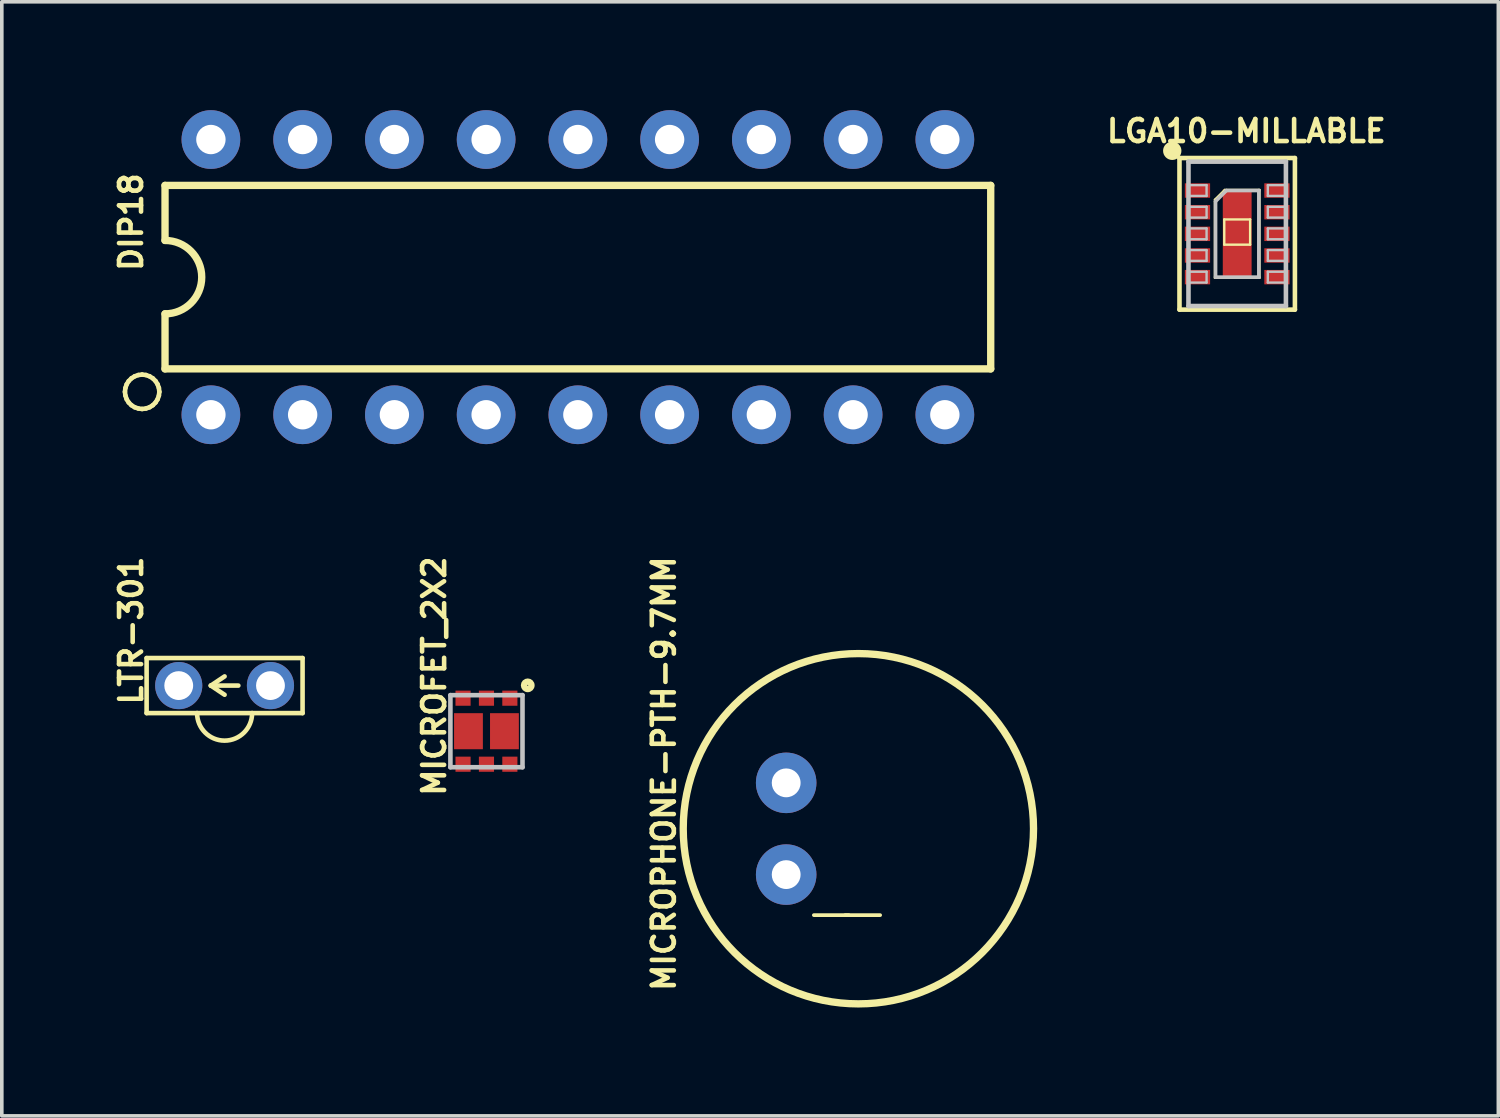
<source format=kicad_pcb>
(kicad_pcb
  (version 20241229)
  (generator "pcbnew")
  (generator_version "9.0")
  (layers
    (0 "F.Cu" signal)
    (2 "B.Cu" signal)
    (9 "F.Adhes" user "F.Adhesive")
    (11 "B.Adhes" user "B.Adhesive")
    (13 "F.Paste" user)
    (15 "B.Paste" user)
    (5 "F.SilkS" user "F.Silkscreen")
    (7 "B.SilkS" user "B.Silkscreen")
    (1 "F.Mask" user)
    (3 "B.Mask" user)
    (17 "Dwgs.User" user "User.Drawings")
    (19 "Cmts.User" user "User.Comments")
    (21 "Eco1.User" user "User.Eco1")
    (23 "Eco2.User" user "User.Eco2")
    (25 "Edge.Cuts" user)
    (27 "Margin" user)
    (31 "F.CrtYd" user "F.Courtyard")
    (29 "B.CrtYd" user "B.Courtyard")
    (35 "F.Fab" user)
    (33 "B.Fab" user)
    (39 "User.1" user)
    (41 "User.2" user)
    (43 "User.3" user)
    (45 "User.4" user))
  (footprint "LGA10-MILLABLE"
    (layer "F.Cu")
    (at 31.203 3.424)
    (property "Reference" "LGA10-MILLABLE" (at 0.254 -2.845 0) (layer "F.SilkS") (effects (font (size 0.61 0.61) (thickness 0.127))))
    (attr smd)
    (fp_line (start -1.598 -2.098) (end -1.598 2.098) (stroke (width 0.127) (type solid)) (layer "F.SilkS"))
    (fp_line (start -1.598 2.098) (end 1.598 2.098) (stroke (width 0.127) (type solid)) (layer "F.SilkS"))
    (fp_line (start -0.625 -0.95) (end -0.348 -1.224) (stroke (width 0.048) (type solid)) (layer "F.SilkS"))
    (fp_line (start -0.625 1.224) (end -0.625 -0.95) (stroke (width 0.048) (type solid)) (layer "F.SilkS"))
    (fp_line (start -0.358 -0.399) (end 0.358 -0.399) (stroke (width 0.066) (type solid)) (layer "F.SilkS"))
    (fp_line (start -0.358 0.3) (end -0.358 -0.399) (stroke (width 0.066) (type solid)) (layer "F.SilkS"))
    (fp_line (start -0.358 0.3) (end 0.358 0.3) (stroke (width 0.066) (type solid)) (layer "F.SilkS"))
    (fp_line (start -0.348 -1.224) (end 0.625 -1.224) (stroke (width 0.048) (type solid)) (layer "F.SilkS"))
    (fp_line (start 0.358 0.3) (end 0.358 -0.399) (stroke (width 0.066) (type solid)) (layer "F.SilkS"))
    (fp_line (start 0.625 -1.224) (end 0.625 1.224) (stroke (width 0.048) (type solid)) (layer "F.SilkS"))
    (fp_line (start 0.625 1.224) (end -0.625 1.224) (stroke (width 0.048) (type solid)) (layer "F.SilkS"))
    (fp_line (start 1.598 -2.098) (end -1.598 -2.098) (stroke (width 0.127) (type solid)) (layer "F.SilkS"))
    (fp_line (start 1.598 2.098) (end 1.598 -2.098) (stroke (width 0.127) (type solid)) (layer "F.SilkS"))
    (fp_circle (center -1.798 -2.299) (end -1.798 -2.553) (stroke (width 0) (type solid)) (fill yes) (layer "F.SilkS"))
    (fp_line (start -1.349 -1.999) (end -1.349 1.999) (stroke (width 0.127) (type solid)) (layer "Dwgs.User"))
    (fp_line (start -1.349 -1.349) (end -0.848 -1.349) (stroke (width 0.066) (type solid)) (layer "Dwgs.User"))
    (fp_line (start -1.349 -1.049) (end -1.349 -1.349) (stroke (width 0.066) (type solid)) (layer "Dwgs.User"))
    (fp_line (start -1.349 -1.049) (end -0.848 -1.049) (stroke (width 0.066) (type solid)) (layer "Dwgs.User"))
    (fp_line (start -1.349 -0.749) (end -0.848 -0.749) (stroke (width 0.066) (type solid)) (layer "Dwgs.User"))
    (fp_line (start -1.349 -0.45) (end -1.349 -0.749) (stroke (width 0.066) (type solid)) (layer "Dwgs.User"))
    (fp_line (start -1.349 -0.45) (end -0.848 -0.45) (stroke (width 0.066) (type solid)) (layer "Dwgs.User"))
    (fp_line (start -1.349 -0.15) (end -0.848 -0.15) (stroke (width 0.066) (type solid)) (layer "Dwgs.User"))
    (fp_line (start -1.349 0.15) (end -1.349 -0.15) (stroke (width 0.066) (type solid)) (layer "Dwgs.User"))
    (fp_line (start -1.349 0.15) (end -0.848 0.15) (stroke (width 0.066) (type solid)) (layer "Dwgs.User"))
    (fp_line (start -1.349 0.45) (end -0.848 0.45) (stroke (width 0.066) (type solid)) (layer "Dwgs.User"))
    (fp_line (start -1.349 0.749) (end -1.349 0.45) (stroke (width 0.066) (type solid)) (layer "Dwgs.User"))
    (fp_line (start -1.349 0.749) (end -0.848 0.749) (stroke (width 0.066) (type solid)) (layer "Dwgs.User"))
    (fp_line (start -1.349 1.049) (end -0.848 1.049) (stroke (width 0.066) (type solid)) (layer "Dwgs.User"))
    (fp_line (start -1.349 1.349) (end -1.349 1.049) (stroke (width 0.066) (type solid)) (layer "Dwgs.User"))
    (fp_line (start -1.349 1.349) (end -0.848 1.349) (stroke (width 0.066) (type solid)) (layer "Dwgs.User"))
    (fp_line (start -1.349 1.999) (end 1.349 1.999) (stroke (width 0.127) (type solid)) (layer "Dwgs.User"))
    (fp_line (start -0.848 -1.049) (end -0.848 -1.349) (stroke (width 0.066) (type solid)) (layer "Dwgs.User"))
    (fp_line (start -0.848 -0.45) (end -0.848 -0.749) (stroke (width 0.066) (type solid)) (layer "Dwgs.User"))
    (fp_line (start -0.848 0.15) (end -0.848 -0.15) (stroke (width 0.066) (type solid)) (layer "Dwgs.User"))
    (fp_line (start -0.848 0.749) (end -0.848 0.45) (stroke (width 0.066) (type solid)) (layer "Dwgs.User"))
    (fp_line (start -0.848 1.349) (end -0.848 1.049) (stroke (width 0.066) (type solid)) (layer "Dwgs.User"))
    (fp_line (start -0.599 -0.899) (end -0.3 -1.199) (stroke (width 0.1) (type solid)) (layer "Dwgs.User"))
    (fp_line (start -0.599 1.199) (end -0.599 -0.899) (stroke (width 0.1) (type solid)) (layer "Dwgs.User"))
    (fp_line (start -0.3 -1.199) (end 0.599 -1.199) (stroke (width 0.1) (type solid)) (layer "Dwgs.User"))
    (fp_line (start 0.599 -1.199) (end 0.599 1.199) (stroke (width 0.1) (type solid)) (layer "Dwgs.User"))
    (fp_line (start 0.599 1.199) (end -0.599 1.199) (stroke (width 0.1) (type solid)) (layer "Dwgs.User"))
    (fp_line (start 0.848 -1.349) (end 1.349 -1.349) (stroke (width 0.066) (type solid)) (layer "Dwgs.User"))
    (fp_line (start 0.848 -1.049) (end 0.848 -1.349) (stroke (width 0.066) (type solid)) (layer "Dwgs.User"))
    (fp_line (start 0.848 -1.049) (end 1.349 -1.049) (stroke (width 0.066) (type solid)) (layer "Dwgs.User"))
    (fp_line (start 0.848 -0.749) (end 1.349 -0.749) (stroke (width 0.066) (type solid)) (layer "Dwgs.User"))
    (fp_line (start 0.848 -0.45) (end 0.848 -0.749) (stroke (width 0.066) (type solid)) (layer "Dwgs.User"))
    (fp_line (start 0.848 -0.45) (end 1.349 -0.45) (stroke (width 0.066) (type solid)) (layer "Dwgs.User"))
    (fp_line (start 0.848 -0.15) (end 1.349 -0.15) (stroke (width 0.066) (type solid)) (layer "Dwgs.User"))
    (fp_line (start 0.848 0.15) (end 0.848 -0.15) (stroke (width 0.066) (type solid)) (layer "Dwgs.User"))
    (fp_line (start 0.848 0.15) (end 1.349 0.15) (stroke (width 0.066) (type solid)) (layer "Dwgs.User"))
    (fp_line (start 0.848 0.45) (end 1.349 0.45) (stroke (width 0.066) (type solid)) (layer "Dwgs.User"))
    (fp_line (start 0.848 0.749) (end 0.848 0.45) (stroke (width 0.066) (type solid)) (layer "Dwgs.User"))
    (fp_line (start 0.848 0.749) (end 1.349 0.749) (stroke (width 0.066) (type solid)) (layer "Dwgs.User"))
    (fp_line (start 0.848 1.049) (end 1.349 1.049) (stroke (width 0.066) (type solid)) (layer "Dwgs.User"))
    (fp_line (start 0.848 1.349) (end 0.848 1.049) (stroke (width 0.066) (type solid)) (layer "Dwgs.User"))
    (fp_line (start 0.848 1.349) (end 1.349 1.349) (stroke (width 0.066) (type solid)) (layer "Dwgs.User"))
    (fp_line (start 1.349 -1.999) (end -1.349 -1.999) (stroke (width 0.127) (type solid)) (layer "Dwgs.User"))
    (fp_line (start 1.349 -1.049) (end 1.349 -1.349) (stroke (width 0.066) (type solid)) (layer "Dwgs.User"))
    (fp_line (start 1.349 -0.45) (end 1.349 -0.749) (stroke (width 0.066) (type solid)) (layer "Dwgs.User"))
    (fp_line (start 1.349 0.15) (end 1.349 -0.15) (stroke (width 0.066) (type solid)) (layer "Dwgs.User"))
    (fp_line (start 1.349 0.749) (end 1.349 0.45) (stroke (width 0.066) (type solid)) (layer "Dwgs.User"))
    (fp_line (start 1.349 1.349) (end 1.349 1.049) (stroke (width 0.066) (type solid)) (layer "Dwgs.User"))
    (fp_line (start 1.349 1.999) (end 1.349 -1.999) (stroke (width 0.127) (type solid)) (layer "Dwgs.User"))
    (pad "1" smd rect (at -1.1 -1.199) (size 0.699 0.399) (layers "F.Cu" "F.Mask" "F.Paste"))
    (pad "2" smd rect (at -1.1 -0.599) (size 0.699 0.399) (layers "F.Cu" "F.Mask" "F.Paste"))
    (pad "3" smd rect (at -1.1 0) (size 0.699 0.399) (layers "F.Cu" "F.Mask" "F.Paste"))
    (pad "4" smd rect (at -1.1 0.599) (size 0.699 0.399) (layers "F.Cu" "F.Mask" "F.Paste"))
    (pad "5" smd rect (at -1.1 1.199) (size 0.699 0.399) (layers "F.Cu" "F.Mask" "F.Paste"))
    (pad "6" smd rect (at 1.1 1.199 180) (size 0.699 0.399) (layers "F.Cu" "F.Mask" "F.Paste"))
    (pad "7" smd rect (at 1.1 0.599 180) (size 0.699 0.399) (layers "F.Cu" "F.Mask" "F.Paste"))
    (pad "8" smd rect (at 1.1 0 180) (size 0.699 0.399) (layers "F.Cu" "F.Mask" "F.Paste"))
    (pad "9" smd rect (at 1.1 -0.599 180) (size 0.699 0.399) (layers "F.Cu" "F.Mask" "F.Paste"))
    (pad "10" smd rect (at 1.1 -1.199 180) (size 0.699 0.399) (layers "F.Cu" "F.Mask" "F.Paste"))
    (pad "EP" smd rect (at 0 0) (size 0.798 2.449) (layers "F.Cu" "F.Mask" "F.Paste")))
  (footprint "MICROFET_2X2"
    (layer "F.Cu")
    (at 10.418 17.194)
    (property "Reference" "MICROFET_2X2" (at -1.448 -1.524 90) (layer "F.SilkS") (effects (font (size 0.61 0.61) (thickness 0.127))))
    (attr smd)
    (fp_circle (center 1.143 -1.27) (end 1.143 -1.372) (stroke (width 0.178) (type solid)) (fill no) (layer "F.SilkS"))
    (fp_line (start -0.998 -0.998) (end 0.998 -0.998) (stroke (width 0.127) (type solid)) (layer "Dwgs.User"))
    (fp_line (start -0.998 0.998) (end -0.998 -0.998) (stroke (width 0.127) (type solid)) (layer "Dwgs.User"))
    (fp_line (start 0.998 -0.998) (end 0.998 0.998) (stroke (width 0.127) (type solid)) (layer "Dwgs.User"))
    (fp_line (start 0.998 0.998) (end -0.998 0.998) (stroke (width 0.127) (type solid)) (layer "Dwgs.User"))
    (pad "D1" smd rect (at 0.498 0) (size 0.798 0.998) (layers "F.Cu" "F.Mask" "F.Paste"))
    (pad "D1_2" smd rect (at 0.648 0.914) (size 0.419 0.419) (layers "F.Cu" "F.Mask" "F.Paste"))
    (pad "D2" smd rect (at -0.498 0) (size 0.798 0.998) (layers "F.Cu" "F.Mask" "F.Paste"))
    (pad "D2_2" smd rect (at -0.648 -0.914) (size 0.419 0.419) (layers "F.Cu" "F.Mask" "F.Paste"))
    (pad "G1" smd rect (at 0 -0.914) (size 0.419 0.419) (layers "F.Cu" "F.Mask" "F.Paste"))
    (pad "G2" smd rect (at 0 0.914) (size 0.419 0.419) (layers "F.Cu" "F.Mask" "F.Paste"))
    (pad "S1" smd rect (at 0.648 -0.914) (size 0.419 0.419) (layers "F.Cu" "F.Mask" "F.Paste"))
    (pad "S2" smd rect (at -0.648 0.914) (size 0.419 0.419) (layers "F.Cu" "F.Mask" "F.Paste")))
  (footprint "MICROPHONE-PTH-9.7MM"
    (layer "F.Cu")
    (at 20.715 19.894)
    (property "Reference" "MICROPHONE-PTH-9.7MM" (at -5.385 -1.524 90) (layer "F.SilkS") (effects (font (size 0.61 0.61) (thickness 0.127))))
    (attr exclude_from_pos_files exclude_from_bom)
    (fp_circle (center 0 0) (end 0 -4.849) (stroke (width 0.203) (type solid)) (fill no) (layer "F.SilkS"))
    (fp_text user "-" (at 0.119 2.294 0) (layer "F.SilkS") (effects (font (size 1.27 1.27) (thickness 0.102)) (justify mirror)))
    (fp_text user "-" (at -0.749 2.294 0) (layer "F.SilkS") (effects (font (size 1.27 1.27) (thickness 0.102))))
    (pad "GND" thru_hole circle (at -1.999 1.27) (size 1.676 1.676) (drill 0.798) (layers "*.Cu" "*.Paste" "*.Mask"))
    (pad "OUT" thru_hole circle (at -1.999 -1.27) (size 1.676 1.676) (drill 0.798) (layers "*.Cu" "*.Paste" "*.Mask")))
  (footprint "LTR-301"
    (layer "F.Cu")
    (at 3.168 15.931)
    (property "Reference" "LTR-301" (at -2.588 -1.524 90) (layer "F.SilkS") (effects (font (size 0.61 0.61) (thickness 0.127))))
    (attr exclude_from_pos_files exclude_from_bom)
    (fp_line (start -2.159 -0.762) (end 2.159 -0.762) (stroke (width 0.127) (type solid)) (layer "F.SilkS"))
    (fp_line (start -2.159 0.762) (end -2.159 -0.762) (stroke (width 0.127) (type solid)) (layer "F.SilkS"))
    (fp_line (start -0.762 0.762) (end -2.159 0.762) (stroke (width 0.127) (type solid)) (layer "F.SilkS"))
    (fp_line (start -0.381 0) (end 0.381 0) (stroke (width 0.127) (type solid)) (layer "F.SilkS"))
    (fp_line (start 0 -0.254) (end -0.381 0) (stroke (width 0.127) (type solid)) (layer "F.SilkS"))
    (fp_line (start 0 0.254) (end -0.381 0) (stroke (width 0.127) (type solid)) (layer "F.SilkS"))
    (fp_line (start 0.762 0.762) (end -0.762 0.762) (stroke (width 0.127) (type solid)) (layer "F.SilkS"))
    (fp_line (start 2.159 -0.762) (end 2.159 0.762) (stroke (width 0.127) (type solid)) (layer "F.SilkS"))
    (fp_line (start 2.159 0.762) (end 0.762 0.762) (stroke (width 0.127) (type solid)) (layer "F.SilkS"))
    (fp_arc (start 0.762 0.762) (mid 0 1.524) (end -0.762 0.762) (stroke (width 0.127) (type solid)) (layer "F.SilkS"))
    (pad "C" thru_hole circle (at 1.27 0) (size 1.306 1.306) (drill 0.798) (layers "*.Cu" "*.Paste" "*.Mask"))
    (pad "E" thru_hole circle (at -1.27 0) (size 1.306 1.306) (drill 0.798) (layers "*.Cu" "*.Paste" "*.Mask")))
  (footprint "DIP18"
    (layer "F.Cu")
    (at 12.949 4.623)
    (property "Reference" "DIP18" (at -12.37 -1.524 90) (layer "F.SilkS") (effects (font (size 0.61 0.61) (thickness 0.127))))
    (attr exclude_from_pos_files exclude_from_bom)
    (fp_line (start -12.54 3.175) (end -12.527 3.068) (stroke (width 0.127) (type solid)) (layer "F.SilkS"))
    (fp_line (start -12.527 3.068) (end -12.492 2.967) (stroke (width 0.127) (type solid)) (layer "F.SilkS"))
    (fp_line (start -12.527 3.279) (end -12.54 3.175) (stroke (width 0.127) (type solid)) (layer "F.SilkS"))
    (fp_line (start -12.492 2.967) (end -12.436 2.878) (stroke (width 0.127) (type solid)) (layer "F.SilkS"))
    (fp_line (start -12.492 3.381) (end -12.527 3.279) (stroke (width 0.127) (type solid)) (layer "F.SilkS"))
    (fp_line (start -12.436 2.878) (end -12.36 2.802) (stroke (width 0.127) (type solid)) (layer "F.SilkS"))
    (fp_line (start -12.436 3.47) (end -12.492 3.381) (stroke (width 0.127) (type solid)) (layer "F.SilkS"))
    (fp_line (start -12.36 2.802) (end -12.271 2.746) (stroke (width 0.127) (type solid)) (layer "F.SilkS"))
    (fp_line (start -12.36 3.546) (end -12.436 3.47) (stroke (width 0.127) (type solid)) (layer "F.SilkS"))
    (fp_line (start -12.271 2.746) (end -12.169 2.71) (stroke (width 0.127) (type solid)) (layer "F.SilkS"))
    (fp_line (start -12.271 3.602) (end -12.36 3.546) (stroke (width 0.127) (type solid)) (layer "F.SilkS"))
    (fp_line (start -12.169 2.71) (end -12.065 2.697) (stroke (width 0.127) (type solid)) (layer "F.SilkS"))
    (fp_line (start -12.169 3.637) (end -12.271 3.602) (stroke (width 0.127) (type solid)) (layer "F.SilkS"))
    (fp_line (start -12.065 2.697) (end -11.958 2.71) (stroke (width 0.127) (type solid)) (layer "F.SilkS"))
    (fp_line (start -12.065 3.65) (end -12.169 3.637) (stroke (width 0.127) (type solid)) (layer "F.SilkS"))
    (fp_line (start -11.958 2.71) (end -11.857 2.746) (stroke (width 0.127) (type solid)) (layer "F.SilkS"))
    (fp_line (start -11.958 3.637) (end -12.065 3.65) (stroke (width 0.127) (type solid)) (layer "F.SilkS"))
    (fp_line (start -11.857 2.746) (end -11.768 2.802) (stroke (width 0.127) (type solid)) (layer "F.SilkS"))
    (fp_line (start -11.857 3.602) (end -11.958 3.637) (stroke (width 0.127) (type solid)) (layer "F.SilkS"))
    (fp_line (start -11.768 2.802) (end -11.692 2.878) (stroke (width 0.127) (type solid)) (layer "F.SilkS"))
    (fp_line (start -11.768 3.546) (end -11.857 3.602) (stroke (width 0.127) (type solid)) (layer "F.SilkS"))
    (fp_line (start -11.692 2.878) (end -11.636 2.967) (stroke (width 0.127) (type solid)) (layer "F.SilkS"))
    (fp_line (start -11.692 3.47) (end -11.768 3.546) (stroke (width 0.127) (type solid)) (layer "F.SilkS"))
    (fp_line (start -11.636 2.967) (end -11.6 3.068) (stroke (width 0.127) (type solid)) (layer "F.SilkS"))
    (fp_line (start -11.636 3.381) (end -11.692 3.47) (stroke (width 0.127) (type solid)) (layer "F.SilkS"))
    (fp_line (start -11.6 3.068) (end -11.587 3.175) (stroke (width 0.127) (type solid)) (layer "F.SilkS"))
    (fp_line (start -11.6 3.279) (end -11.636 3.381) (stroke (width 0.127) (type solid)) (layer "F.SilkS"))
    (fp_line (start -11.587 3.175) (end -11.6 3.279) (stroke (width 0.127) (type solid)) (layer "F.SilkS"))
    (fp_line (start -11.43 -2.54) (end -11.43 -1.016) (stroke (width 0.203) (type solid)) (layer "F.SilkS"))
    (fp_line (start -11.43 2.54) (end -11.43 1.016) (stroke (width 0.203) (type solid)) (layer "F.SilkS"))
    (fp_line (start -11.43 2.54) (end 11.43 2.54) (stroke (width 0.203) (type solid)) (layer "F.SilkS"))
    (fp_line (start 11.43 -2.54) (end -11.43 -2.54) (stroke (width 0.203) (type solid)) (layer "F.SilkS"))
    (fp_line (start 11.43 -2.54) (end 11.43 2.54) (stroke (width 0.203) (type solid)) (layer "F.SilkS"))
    (fp_arc (start -11.43 -1.016) (mid -10.414 0) (end -11.43 1.016) (stroke (width 0.2032) (type solid)) (layer "F.SilkS"))
    (pad "1" thru_hole circle (at -10.16 3.81) (size 1.626 1.626) (drill 0.813) (layers "*.Cu" "*.Paste" "*.Mask"))
    (pad "2" thru_hole circle (at -7.62 3.81) (size 1.626 1.626) (drill 0.813) (layers "*.Cu" "*.Paste" "*.Mask"))
    (pad "3" thru_hole circle (at -5.08 3.81) (size 1.626 1.626) (drill 0.813) (layers "*.Cu" "*.Paste" "*.Mask"))
    (pad "4" thru_hole circle (at -2.54 3.81) (size 1.626 1.626) (drill 0.813) (layers "*.Cu" "*.Paste" "*.Mask"))
    (pad "5" thru_hole circle (at 0 3.81) (size 1.626 1.626) (drill 0.813) (layers "*.Cu" "*.Paste" "*.Mask"))
    (pad "6" thru_hole circle (at 2.54 3.81) (size 1.626 1.626) (drill 0.813) (layers "*.Cu" "*.Paste" "*.Mask"))
    (pad "7" thru_hole circle (at 5.08 3.81) (size 1.626 1.626) (drill 0.813) (layers "*.Cu" "*.Paste" "*.Mask"))
    (pad "8" thru_hole circle (at 7.62 3.81) (size 1.626 1.626) (drill 0.813) (layers "*.Cu" "*.Paste" "*.Mask"))
    (pad "9" thru_hole circle (at 10.16 3.81) (size 1.626 1.626) (drill 0.813) (layers "*.Cu" "*.Paste" "*.Mask"))
    (pad "10" thru_hole circle (at 10.16 -3.81) (size 1.626 1.626) (drill 0.813) (layers "*.Cu" "*.Paste" "*.Mask"))
    (pad "11" thru_hole circle (at 7.62 -3.81) (size 1.626 1.626) (drill 0.813) (layers "*.Cu" "*.Paste" "*.Mask"))
    (pad "12" thru_hole circle (at 5.08 -3.81) (size 1.626 1.626) (drill 0.813) (layers "*.Cu" "*.Paste" "*.Mask"))
    (pad "13" thru_hole circle (at 2.54 -3.81) (size 1.626 1.626) (drill 0.813) (layers "*.Cu" "*.Paste" "*.Mask"))
    (pad "14" thru_hole circle (at 0 -3.81) (size 1.626 1.626) (drill 0.813) (layers "*.Cu" "*.Paste" "*.Mask"))
    (pad "15" thru_hole circle (at -2.54 -3.81) (size 1.626 1.626) (drill 0.813) (layers "*.Cu" "*.Paste" "*.Mask"))
    (pad "16" thru_hole circle (at -5.08 -3.81) (size 1.626 1.626) (drill 0.813) (layers "*.Cu" "*.Paste" "*.Mask"))
    (pad "17" thru_hole circle (at -7.62 -3.81) (size 1.626 1.626) (drill 0.813) (layers "*.Cu" "*.Paste" "*.Mask"))
    (pad "18" thru_hole circle (at -10.16 -3.81) (size 1.626 1.626) (drill 0.813) (layers "*.Cu" "*.Paste" "*.Mask")))
  (gr_rect
    (start -3 -3)
    (end 38.433 27.844)
    (stroke (width 0.1) (type default))
    (fill no)
    (layer "Edge.Cuts")))
</source>
